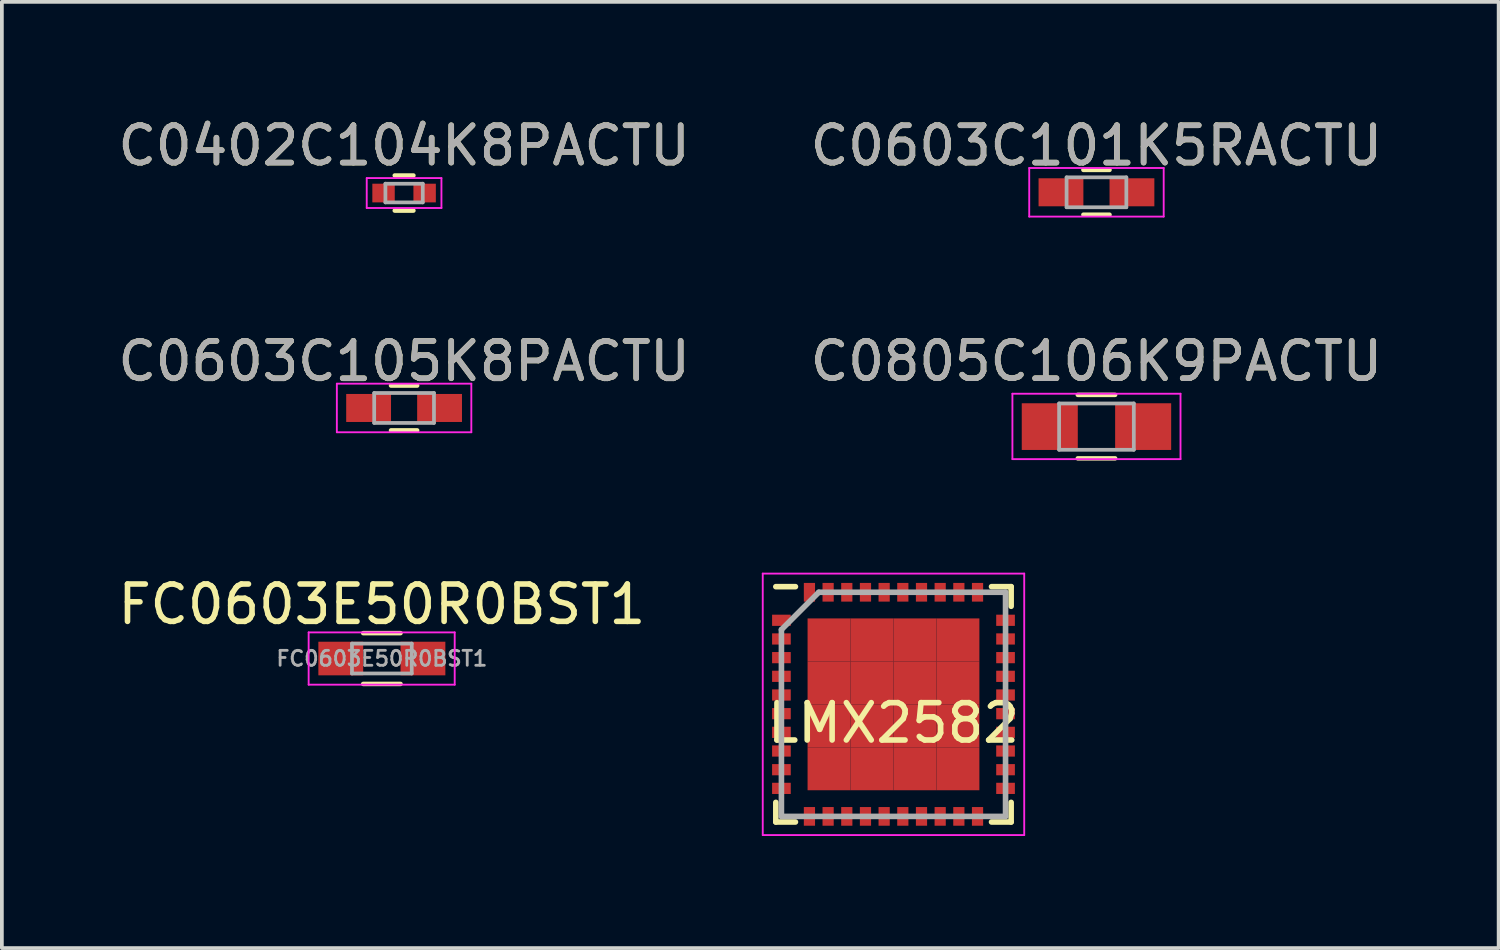
<source format=kicad_pcb>
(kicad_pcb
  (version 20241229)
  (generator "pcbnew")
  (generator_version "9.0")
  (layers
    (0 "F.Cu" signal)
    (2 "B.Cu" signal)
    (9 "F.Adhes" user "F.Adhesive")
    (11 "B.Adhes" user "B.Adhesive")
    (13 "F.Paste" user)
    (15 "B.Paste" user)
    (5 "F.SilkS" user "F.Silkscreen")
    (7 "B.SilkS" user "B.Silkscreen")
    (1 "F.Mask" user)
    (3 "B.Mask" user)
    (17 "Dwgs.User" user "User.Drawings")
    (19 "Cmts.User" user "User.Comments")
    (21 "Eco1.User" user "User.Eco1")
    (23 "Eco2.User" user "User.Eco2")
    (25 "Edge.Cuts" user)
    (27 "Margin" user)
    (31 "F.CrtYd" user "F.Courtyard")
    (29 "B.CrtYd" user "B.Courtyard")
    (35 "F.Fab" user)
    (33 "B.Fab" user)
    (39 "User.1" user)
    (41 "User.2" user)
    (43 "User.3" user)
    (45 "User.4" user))
  (footprint "FC0603E50R0BST1"
    (layer "F.Cu")
    (at 7.173 14.58)
    (property "Reference" "FC0603E50R0BST1" (at 0 -1.45 0) (layer "F.SilkS") (effects (font (size 1 1) (thickness 0.15))))
    (attr smd)
    (fp_line (start -0.5 -0.68) (end 0.5 -0.68) (stroke (width 0.12) (type solid)) (layer "F.SilkS"))
    (fp_line (start 0.5 0.68) (end -0.5 0.68) (stroke (width 0.12) (type solid)) (layer "F.SilkS"))
    (fp_line (start -1.96 -0.7) (end -1.96 0.7) (stroke (width 0.05) (type solid)) (layer "F.CrtYd"))
    (fp_line (start -1.96 -0.7) (end 1.95 -0.7) (stroke (width 0.05) (type solid)) (layer "F.CrtYd"))
    (fp_line (start 1.95 0.7) (end -1.96 0.7) (stroke (width 0.05) (type solid)) (layer "F.CrtYd"))
    (fp_line (start 1.95 0.7) (end 1.95 -0.7) (stroke (width 0.05) (type solid)) (layer "F.CrtYd"))
    (fp_line (start -0.8 -0.4) (end 0.8 -0.4) (stroke (width 0.1) (type solid)) (layer "F.Fab"))
    (fp_line (start -0.8 0.4) (end -0.8 -0.4) (stroke (width 0.1) (type solid)) (layer "F.Fab"))
    (fp_line (start 0.8 -0.4) (end 0.8 0.4) (stroke (width 0.1) (type solid)) (layer "F.Fab"))
    (fp_line (start 0.8 0.4) (end -0.8 0.4) (stroke (width 0.1) (type solid)) (layer "F.Fab"))
    (fp_text user "${REFERENCE}" (at 0 0 0) (layer "F.Fab") (effects (font (size 0.4 0.4) (thickness 0.075))))
    (pad "1" smd rect (at -1.1 0) (size 1.2 0.9) (layers "F.Cu" "F.Mask" "F.Paste"))
    (pad "2" smd rect (at 1.1 0) (size 1.2 0.9) (layers "F.Cu" "F.Mask" "F.Paste")))
  (footprint "C0603C105K8PACTU"
    (layer "F.Cu")
    (at 7.768 7.872)
    (property "Reference" "C0603C105K8PACTU" (at 0 -1.25 0) (layer "F.SilkS") (effects (font (size 1 1) (thickness 0.15))))
    (attr smd)
    (fp_line (start -0.35 -0.6) (end 0.35 -0.6) (stroke (width 0.12) (type solid)) (layer "F.SilkS"))
    (fp_line (start 0.35 0.6) (end -0.35 0.6) (stroke (width 0.12) (type solid)) (layer "F.SilkS"))
    (fp_line (start -1.8 -0.65) (end -1.8 0.65) (stroke (width 0.05) (type solid)) (layer "F.CrtYd"))
    (fp_line (start -1.8 -0.65) (end 1.8 -0.65) (stroke (width 0.05) (type solid)) (layer "F.CrtYd"))
    (fp_line (start 1.8 0.65) (end -1.8 0.65) (stroke (width 0.05) (type solid)) (layer "F.CrtYd"))
    (fp_line (start 1.8 0.65) (end 1.8 -0.65) (stroke (width 0.05) (type solid)) (layer "F.CrtYd"))
    (fp_line (start -0.8 -0.4) (end 0.8 -0.4) (stroke (width 0.1) (type solid)) (layer "F.Fab"))
    (fp_line (start -0.8 0.4) (end -0.8 -0.4) (stroke (width 0.1) (type solid)) (layer "F.Fab"))
    (fp_line (start 0.8 -0.4) (end 0.8 0.4) (stroke (width 0.1) (type solid)) (layer "F.Fab"))
    (fp_line (start 0.8 0.4) (end -0.8 0.4) (stroke (width 0.1) (type solid)) (layer "F.Fab"))
    (fp_text user "${REFERENCE}" (at 0 -1.25 0) (layer "F.Fab") (effects (font (size 1 1) (thickness 0.15))))
    (pad "1" smd rect (at -0.95 0) (size 1.2 0.75) (layers "F.Cu" "F.Mask" "F.Paste"))
    (pad "2" smd rect (at 0.95 0) (size 1.2 0.75) (layers "F.Cu" "F.Mask" "F.Paste")))
  (footprint "LMX2582"
    (layer "F.Cu")
    (at 20.87 15.806)
    (property "Reference" "LMX2582" (at 0 0.5 0) (layer "F.SilkS") (effects (font (size 1 1) (thickness 0.15))))
    (attr smd)
    (fp_line (start -3.15 -3.15) (end -2.625 -3.15) (stroke (width 0.15) (type solid)) (layer "F.SilkS"))
    (fp_line (start -3.15 3.15) (end -3.15 2.625) (stroke (width 0.15) (type solid)) (layer "F.SilkS"))
    (fp_line (start -3.15 3.15) (end -2.625 3.15) (stroke (width 0.15) (type solid)) (layer "F.SilkS"))
    (fp_line (start 3.15 -3.15) (end 2.625 -3.15) (stroke (width 0.15) (type solid)) (layer "F.SilkS"))
    (fp_line (start 3.15 -3.15) (end 3.15 -2.625) (stroke (width 0.15) (type solid)) (layer "F.SilkS"))
    (fp_line (start 3.15 3.15) (end 2.625 3.15) (stroke (width 0.15) (type solid)) (layer "F.SilkS"))
    (fp_line (start 3.15 3.15) (end 3.15 2.625) (stroke (width 0.15) (type solid)) (layer "F.SilkS"))
    (fp_line (start -3.5 -3.5) (end -3.5 3.5) (stroke (width 0.05) (type solid)) (layer "F.CrtYd"))
    (fp_line (start -3.5 -3.5) (end 3.5 -3.5) (stroke (width 0.05) (type solid)) (layer "F.CrtYd"))
    (fp_line (start -3.5 3.5) (end 3.5 3.5) (stroke (width 0.05) (type solid)) (layer "F.CrtYd"))
    (fp_line (start 3.5 -3.5) (end 3.5 3.5) (stroke (width 0.05) (type solid)) (layer "F.CrtYd"))
    (fp_line (start -3 -2) (end -2 -3) (stroke (width 0.15) (type solid)) (layer "F.Fab"))
    (fp_line (start -3 3) (end -3 -2) (stroke (width 0.15) (type solid)) (layer "F.Fab"))
    (fp_line (start -2 -3) (end 3 -3) (stroke (width 0.15) (type solid)) (layer "F.Fab"))
    (fp_line (start 3 -3) (end 3 3) (stroke (width 0.15) (type solid)) (layer "F.Fab"))
    (fp_line (start 3 3) (end -3 3) (stroke (width 0.15) (type solid)) (layer "F.Fab"))
    (pad "1" smd rect (at -3 -2.25) (size 0.5 0.3) (layers "F.Cu" "F.Mask" "F.Paste"))
    (pad "2" smd rect (at -3 -1.75) (size 0.5 0.3) (layers "F.Cu" "F.Mask" "F.Paste"))
    (pad "3" smd rect (at -3 -1.25) (size 0.5 0.3) (layers "F.Cu" "F.Mask" "F.Paste"))
    (pad "4" smd rect (at -3 -0.75) (size 0.5 0.3) (layers "F.Cu" "F.Mask" "F.Paste"))
    (pad "5" smd rect (at -3 -0.25) (size 0.5 0.3) (layers "F.Cu" "F.Mask" "F.Paste"))
    (pad "6" smd rect (at -3 0.25) (size 0.5 0.3) (layers "F.Cu" "F.Mask" "F.Paste"))
    (pad "7" smd rect (at -3 0.75) (size 0.5 0.3) (layers "F.Cu" "F.Mask" "F.Paste"))
    (pad "8" smd rect (at -3 1.25) (size 0.5 0.3) (layers "F.Cu" "F.Mask" "F.Paste"))
    (pad "9" smd rect (at -3 1.75) (size 0.5 0.3) (layers "F.Cu" "F.Mask" "F.Paste"))
    (pad "10" smd rect (at -3 2.25) (size 0.5 0.3) (layers "F.Cu" "F.Mask" "F.Paste"))
    (pad "11" smd rect (at -2.25 3 90) (size 0.5 0.3) (layers "F.Cu" "F.Mask" "F.Paste"))
    (pad "12" smd rect (at -1.75 3 90) (size 0.5 0.3) (layers "F.Cu" "F.Mask" "F.Paste"))
    (pad "13" smd rect (at -1.25 3 90) (size 0.5 0.3) (layers "F.Cu" "F.Mask" "F.Paste"))
    (pad "14" smd rect (at -0.75 3 90) (size 0.5 0.3) (layers "F.Cu" "F.Mask" "F.Paste"))
    (pad "15" smd rect (at -0.25 3 90) (size 0.5 0.3) (layers "F.Cu" "F.Mask" "F.Paste"))
    (pad "16" smd rect (at 0.25 3 90) (size 0.5 0.3) (layers "F.Cu" "F.Mask" "F.Paste"))
    (pad "17" smd rect (at 0.75 3 90) (size 0.5 0.3) (layers "F.Cu" "F.Mask" "F.Paste"))
    (pad "18" smd rect (at 1.25 3 90) (size 0.5 0.3) (layers "F.Cu" "F.Mask" "F.Paste"))
    (pad "19" smd rect (at 1.75 3 90) (size 0.5 0.3) (layers "F.Cu" "F.Mask" "F.Paste"))
    (pad "20" smd rect (at 2.25 3 90) (size 0.5 0.3) (layers "F.Cu" "F.Mask" "F.Paste"))
    (pad "21" smd rect (at 3 2.25) (size 0.5 0.3) (layers "F.Cu" "F.Mask" "F.Paste"))
    (pad "22" smd rect (at 3 1.75) (size 0.5 0.3) (layers "F.Cu" "F.Mask" "F.Paste"))
    (pad "23" smd rect (at 3 1.25) (size 0.5 0.3) (layers "F.Cu" "F.Mask" "F.Paste"))
    (pad "24" smd rect (at 3 0.75) (size 0.5 0.3) (layers "F.Cu" "F.Mask" "F.Paste"))
    (pad "25" smd rect (at 3 0.25) (size 0.5 0.3) (layers "F.Cu" "F.Mask" "F.Paste"))
    (pad "26" smd rect (at 3 -0.25) (size 0.5 0.3) (layers "F.Cu" "F.Mask" "F.Paste"))
    (pad "27" smd rect (at 3 -0.75) (size 0.5 0.3) (layers "F.Cu" "F.Mask" "F.Paste"))
    (pad "28" smd rect (at 3 -1.25) (size 0.5 0.3) (layers "F.Cu" "F.Mask" "F.Paste"))
    (pad "29" smd rect (at 3 -1.75) (size 0.5 0.3) (layers "F.Cu" "F.Mask" "F.Paste"))
    (pad "30" smd rect (at 3 -2.25) (size 0.5 0.3) (layers "F.Cu" "F.Mask" "F.Paste"))
    (pad "31" smd rect (at 2.25 -3 90) (size 0.5 0.3) (layers "F.Cu" "F.Mask" "F.Paste"))
    (pad "32" smd rect (at 1.75 -3 90) (size 0.5 0.3) (layers "F.Cu" "F.Mask" "F.Paste"))
    (pad "33" smd rect (at 1.25 -3 90) (size 0.5 0.3) (layers "F.Cu" "F.Mask" "F.Paste"))
    (pad "34" smd rect (at 0.75 -3 90) (size 0.5 0.3) (layers "F.Cu" "F.Mask" "F.Paste"))
    (pad "35" smd rect (at 0.25 -3 90) (size 0.5 0.3) (layers "F.Cu" "F.Mask" "F.Paste"))
    (pad "36" smd rect (at -0.25 -3 90) (size 0.5 0.3) (layers "F.Cu" "F.Mask" "F.Paste"))
    (pad "37" smd rect (at -0.75 -3 90) (size 0.5 0.3) (layers "F.Cu" "F.Mask" "F.Paste"))
    (pad "38" smd rect (at -1.25 -3 90) (size 0.5 0.3) (layers "F.Cu" "F.Mask" "F.Paste"))
    (pad "39" smd rect (at -1.75 -3 90) (size 0.5 0.3) (layers "F.Cu" "F.Mask" "F.Paste"))
    (pad "40" smd rect (at -2.25 -3 90) (size 0.5 0.3) (layers "F.Cu" "F.Mask" "F.Paste"))
    (pad "41" smd rect (at -1.725 -1.725) (size 1.15 1.15) (layers "F.Cu" "F.Mask" "F.Paste"))
    (pad "41" smd rect (at -1.725 -0.575) (size 1.15 1.15) (layers "F.Cu" "F.Mask" "F.Paste"))
    (pad "41" smd rect (at -1.725 0.575) (size 1.15 1.15) (layers "F.Cu" "F.Mask" "F.Paste"))
    (pad "41" smd rect (at -1.725 1.725) (size 1.15 1.15) (layers "F.Cu" "F.Mask" "F.Paste"))
    (pad "41" smd rect (at -0.575 -1.725) (size 1.15 1.15) (layers "F.Cu" "F.Mask" "F.Paste"))
    (pad "41" smd rect (at -0.575 -0.575) (size 1.15 1.15) (layers "F.Cu" "F.Mask" "F.Paste"))
    (pad "41" smd rect (at -0.575 0.575) (size 1.15 1.15) (layers "F.Cu" "F.Mask" "F.Paste"))
    (pad "41" smd rect (at -0.575 1.725) (size 1.15 1.15) (layers "F.Cu" "F.Mask" "F.Paste"))
    (pad "41" smd rect (at 0.575 -1.725) (size 1.15 1.15) (layers "F.Cu" "F.Mask" "F.Paste"))
    (pad "41" smd rect (at 0.575 -0.575) (size 1.15 1.15) (layers "F.Cu" "F.Mask" "F.Paste"))
    (pad "41" smd rect (at 0.575 0.575) (size 1.15 1.15) (layers "F.Cu" "F.Mask" "F.Paste"))
    (pad "41" smd rect (at 0.575 1.725) (size 1.15 1.15) (layers "F.Cu" "F.Mask" "F.Paste"))
    (pad "41" smd rect (at 1.725 -1.725) (size 1.15 1.15) (layers "F.Cu" "F.Mask" "F.Paste"))
    (pad "41" smd rect (at 1.725 -0.575) (size 1.15 1.15) (layers "F.Cu" "F.Mask" "F.Paste"))
    (pad "41" smd rect (at 1.725 0.575) (size 1.15 1.15) (layers "F.Cu" "F.Mask" "F.Paste"))
    (pad "41" smd rect (at 1.725 1.725) (size 1.15 1.15) (layers "F.Cu" "F.Mask" "F.Paste")))
  (footprint "C0603C101K5RACTU"
    (layer "F.Cu")
    (at 26.304 2.098)
    (property "Reference" "C0603C101K5RACTU" (at 0 -1.25 0) (layer "F.SilkS") (effects (font (size 1 1) (thickness 0.15))))
    (attr smd)
    (fp_line (start -0.35 -0.6) (end 0.35 -0.6) (stroke (width 0.12) (type solid)) (layer "F.SilkS"))
    (fp_line (start 0.35 0.6) (end -0.35 0.6) (stroke (width 0.12) (type solid)) (layer "F.SilkS"))
    (fp_line (start -1.8 -0.65) (end -1.8 0.65) (stroke (width 0.05) (type solid)) (layer "F.CrtYd"))
    (fp_line (start -1.8 -0.65) (end 1.8 -0.65) (stroke (width 0.05) (type solid)) (layer "F.CrtYd"))
    (fp_line (start 1.8 0.65) (end -1.8 0.65) (stroke (width 0.05) (type solid)) (layer "F.CrtYd"))
    (fp_line (start 1.8 0.65) (end 1.8 -0.65) (stroke (width 0.05) (type solid)) (layer "F.CrtYd"))
    (fp_line (start -0.8 -0.4) (end 0.8 -0.4) (stroke (width 0.1) (type solid)) (layer "F.Fab"))
    (fp_line (start -0.8 0.4) (end -0.8 -0.4) (stroke (width 0.1) (type solid)) (layer "F.Fab"))
    (fp_line (start 0.8 -0.4) (end 0.8 0.4) (stroke (width 0.1) (type solid)) (layer "F.Fab"))
    (fp_line (start 0.8 0.4) (end -0.8 0.4) (stroke (width 0.1) (type solid)) (layer "F.Fab"))
    (fp_text user "${REFERENCE}" (at 0 -1.25 0) (layer "F.Fab") (effects (font (size 1 1) (thickness 0.15))))
    (pad "1" smd rect (at -0.95 0) (size 1.2 0.75) (layers "F.Cu" "F.Mask" "F.Paste"))
    (pad "2" smd rect (at 0.95 0) (size 1.2 0.75) (layers "F.Cu" "F.Mask" "F.Paste")))
  (footprint "C0402C104K8PACTU"
    (layer "F.Cu")
    (at 7.768 2.118)
    (property "Reference" "C0402C104K8PACTU" (at 0 -1.27 0) (layer "F.SilkS") (effects (font (size 1 1) (thickness 0.15))))
    (attr smd)
    (fp_line (start -0.25 0.47) (end 0.25 0.47) (stroke (width 0.12) (type solid)) (layer "F.SilkS"))
    (fp_line (start 0.25 -0.47) (end -0.25 -0.47) (stroke (width 0.12) (type solid)) (layer "F.SilkS"))
    (fp_line (start -1 -0.4) (end -1 0.4) (stroke (width 0.05) (type solid)) (layer "F.CrtYd"))
    (fp_line (start -1 -0.4) (end 1 -0.4) (stroke (width 0.05) (type solid)) (layer "F.CrtYd"))
    (fp_line (start 1 0.4) (end -1 0.4) (stroke (width 0.05) (type solid)) (layer "F.CrtYd"))
    (fp_line (start 1 0.4) (end 1 -0.4) (stroke (width 0.05) (type solid)) (layer "F.CrtYd"))
    (fp_line (start -0.5 -0.25) (end 0.5 -0.25) (stroke (width 0.1) (type solid)) (layer "F.Fab"))
    (fp_line (start -0.5 0.25) (end -0.5 -0.25) (stroke (width 0.1) (type solid)) (layer "F.Fab"))
    (fp_line (start 0.5 -0.25) (end 0.5 0.25) (stroke (width 0.1) (type solid)) (layer "F.Fab"))
    (fp_line (start 0.5 0.25) (end -0.5 0.25) (stroke (width 0.1) (type solid)) (layer "F.Fab"))
    (fp_text user "${REFERENCE}" (at 0 -1.27 0) (layer "F.Fab") (effects (font (size 1 1) (thickness 0.15))))
    (pad "1" smd rect (at -0.55 0) (size 0.6 0.5) (layers "F.Cu" "F.Mask" "F.Paste"))
    (pad "2" smd rect (at 0.55 0) (size 0.6 0.5) (layers "F.Cu" "F.Mask" "F.Paste")))
  (footprint "C0805C106K9PACTU"
    (layer "F.Cu")
    (at 26.304 8.371)
    (property "Reference" "C0805C106K9PACTU" (at 0 -1.75 0) (layer "F.SilkS") (effects (font (size 1 1) (thickness 0.15))))
    (attr smd)
    (fp_line (start -0.5 0.85) (end 0.5 0.85) (stroke (width 0.12) (type solid)) (layer "F.SilkS"))
    (fp_line (start 0.5 -0.85) (end -0.5 -0.85) (stroke (width 0.12) (type solid)) (layer "F.SilkS"))
    (fp_line (start -2.25 -0.88) (end -2.25 0.87) (stroke (width 0.05) (type solid)) (layer "F.CrtYd"))
    (fp_line (start -2.25 -0.88) (end 2.25 -0.88) (stroke (width 0.05) (type solid)) (layer "F.CrtYd"))
    (fp_line (start 2.25 0.87) (end -2.25 0.87) (stroke (width 0.05) (type solid)) (layer "F.CrtYd"))
    (fp_line (start 2.25 0.87) (end 2.25 -0.88) (stroke (width 0.05) (type solid)) (layer "F.CrtYd"))
    (fp_line (start -1 -0.62) (end 1 -0.62) (stroke (width 0.1) (type solid)) (layer "F.Fab"))
    (fp_line (start -1 0.62) (end -1 -0.62) (stroke (width 0.1) (type solid)) (layer "F.Fab"))
    (fp_line (start 1 -0.62) (end 1 0.62) (stroke (width 0.1) (type solid)) (layer "F.Fab"))
    (fp_line (start 1 0.62) (end -1 0.62) (stroke (width 0.1) (type solid)) (layer "F.Fab"))
    (fp_text user "${REFERENCE}" (at 0 -1.75 0) (layer "F.Fab") (effects (font (size 1 1) (thickness 0.15))))
    (pad "1" smd rect (at -1.25 0) (size 1.5 1.25) (layers "F.Cu" "F.Mask" "F.Paste"))
    (pad "2" smd rect (at 1.25 0) (size 1.5 1.25) (layers "F.Cu" "F.Mask" "F.Paste")))
  (gr_rect
    (start -3 -3)
    (end 37.071 22.331)
    (stroke (width 0.1) (type default))
    (fill no)
    (layer "Edge.Cuts")))
</source>
